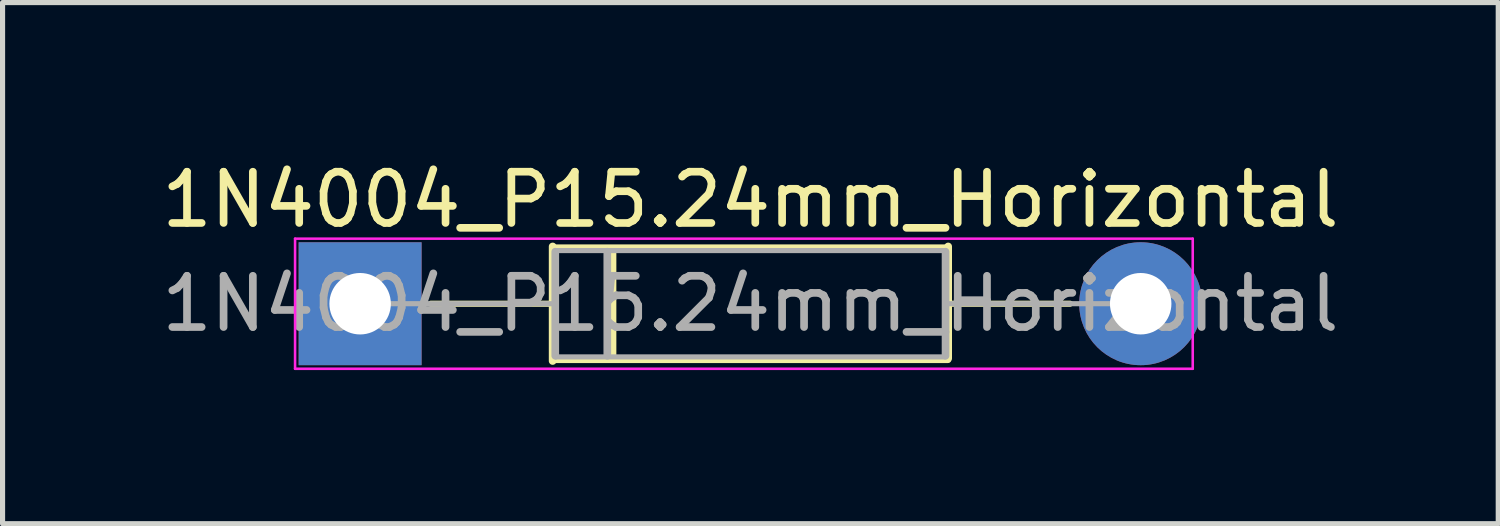
<source format=kicad_pcb>
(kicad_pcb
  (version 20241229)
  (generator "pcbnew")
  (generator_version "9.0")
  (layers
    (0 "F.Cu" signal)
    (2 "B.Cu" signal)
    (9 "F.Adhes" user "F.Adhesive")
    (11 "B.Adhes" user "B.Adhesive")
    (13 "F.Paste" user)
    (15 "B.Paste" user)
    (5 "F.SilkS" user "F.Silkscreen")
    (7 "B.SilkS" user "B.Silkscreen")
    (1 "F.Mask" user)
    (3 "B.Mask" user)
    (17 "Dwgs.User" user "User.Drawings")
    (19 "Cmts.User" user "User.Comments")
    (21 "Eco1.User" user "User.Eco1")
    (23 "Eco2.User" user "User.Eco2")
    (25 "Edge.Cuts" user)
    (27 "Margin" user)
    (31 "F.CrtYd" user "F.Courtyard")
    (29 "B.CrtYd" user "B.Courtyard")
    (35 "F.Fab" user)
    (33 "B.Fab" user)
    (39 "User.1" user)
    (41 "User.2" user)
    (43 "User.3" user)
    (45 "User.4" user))
  (footprint "1N4004_P15.24mm_Horizontal"
    (layer "F.Cu")
    (at 3.981 2.88)
    (property "Reference" "1N4004_P15.24mm_Horizontal" (at 7.62 -2.032 0) (layer "F.SilkS") (effects (font (size 1 1) (thickness 0.15))))
    (attr through_hole)
    (fp_line (start 1.38 0) (end 3.76 0) (stroke (width 0.12) (type solid)) (layer "F.SilkS"))
    (fp_line (start 3.759 -1.118) (end 3.759 1.118) (stroke (width 0.15) (type solid)) (layer "F.SilkS"))
    (fp_line (start 3.76 1.098) (end 11.48 1.098) (stroke (width 0.12) (type solid)) (layer "F.SilkS"))
    (fp_line (start 4.928 -1.067) (end 4.928 1.067) (stroke (width 0.15) (type solid)) (layer "F.SilkS"))
    (fp_line (start 11.48 -1.098) (end 3.76 -1.098) (stroke (width 0.12) (type solid)) (layer "F.SilkS"))
    (fp_line (start 11.481 -1.118) (end 11.481 1.067) (stroke (width 0.15) (type solid)) (layer "F.SilkS"))
    (fp_line (start 13.86 0) (end 11.48 0) (stroke (width 0.12) (type solid)) (layer "F.SilkS"))
    (fp_line (start -1.27 -1.27) (end 16.256 -1.27) (stroke (width 0.05) (type solid)) (layer "F.CrtYd"))
    (fp_line (start -1.27 1.27) (end -1.27 -1.27) (stroke (width 0.05) (type solid)) (layer "F.CrtYd"))
    (fp_line (start 16.256 -1.27) (end 16.256 1.27) (stroke (width 0.05) (type solid)) (layer "F.CrtYd"))
    (fp_line (start 16.256 1.27) (end -1.27 1.27) (stroke (width 0.05) (type solid)) (layer "F.CrtYd"))
    (fp_line (start 0 0) (end 3.82 0) (stroke (width 0.1) (type solid)) (layer "F.Fab"))
    (fp_line (start 3.81 -1.016) (end 3.81 1.016) (stroke (width 0.15) (type solid)) (layer "F.Fab"))
    (fp_line (start 3.82 1.038) (end 11.42 1.038) (stroke (width 0.1) (type solid)) (layer "F.Fab"))
    (fp_line (start 4.826 -1.016) (end 4.826 1.016) (stroke (width 0.15) (type solid)) (layer "F.Fab"))
    (fp_line (start 11.42 -1.038) (end 3.82 -1.038) (stroke (width 0.1) (type solid)) (layer "F.Fab"))
    (fp_line (start 11.43 -1.016) (end 11.43 1.016) (stroke (width 0.15) (type solid)) (layer "F.Fab"))
    (fp_line (start 15.24 0) (end 11.42 0) (stroke (width 0.1) (type solid)) (layer "F.Fab"))
    (fp_text user "${REFERENCE}" (at 7.62 0 0) (layer "F.Fab") (effects (font (size 1 1) (thickness 0.15))))
    (pad "1" thru_hole rect (at 0 0) (size 2.4 2.4) (drill 1.2) (layers "*.Cu" "*.Mask"))
    (pad "2" thru_hole oval (at 15.24 0) (size 2.4 2.4) (drill 1.2) (layers "*.Cu" "*.Mask")))
  (gr_rect
    (start -3 -3)
    (end 26.202 7.175)
    (stroke (width 0.1) (type default))
    (fill no)
    (layer "Edge.Cuts")))
</source>
